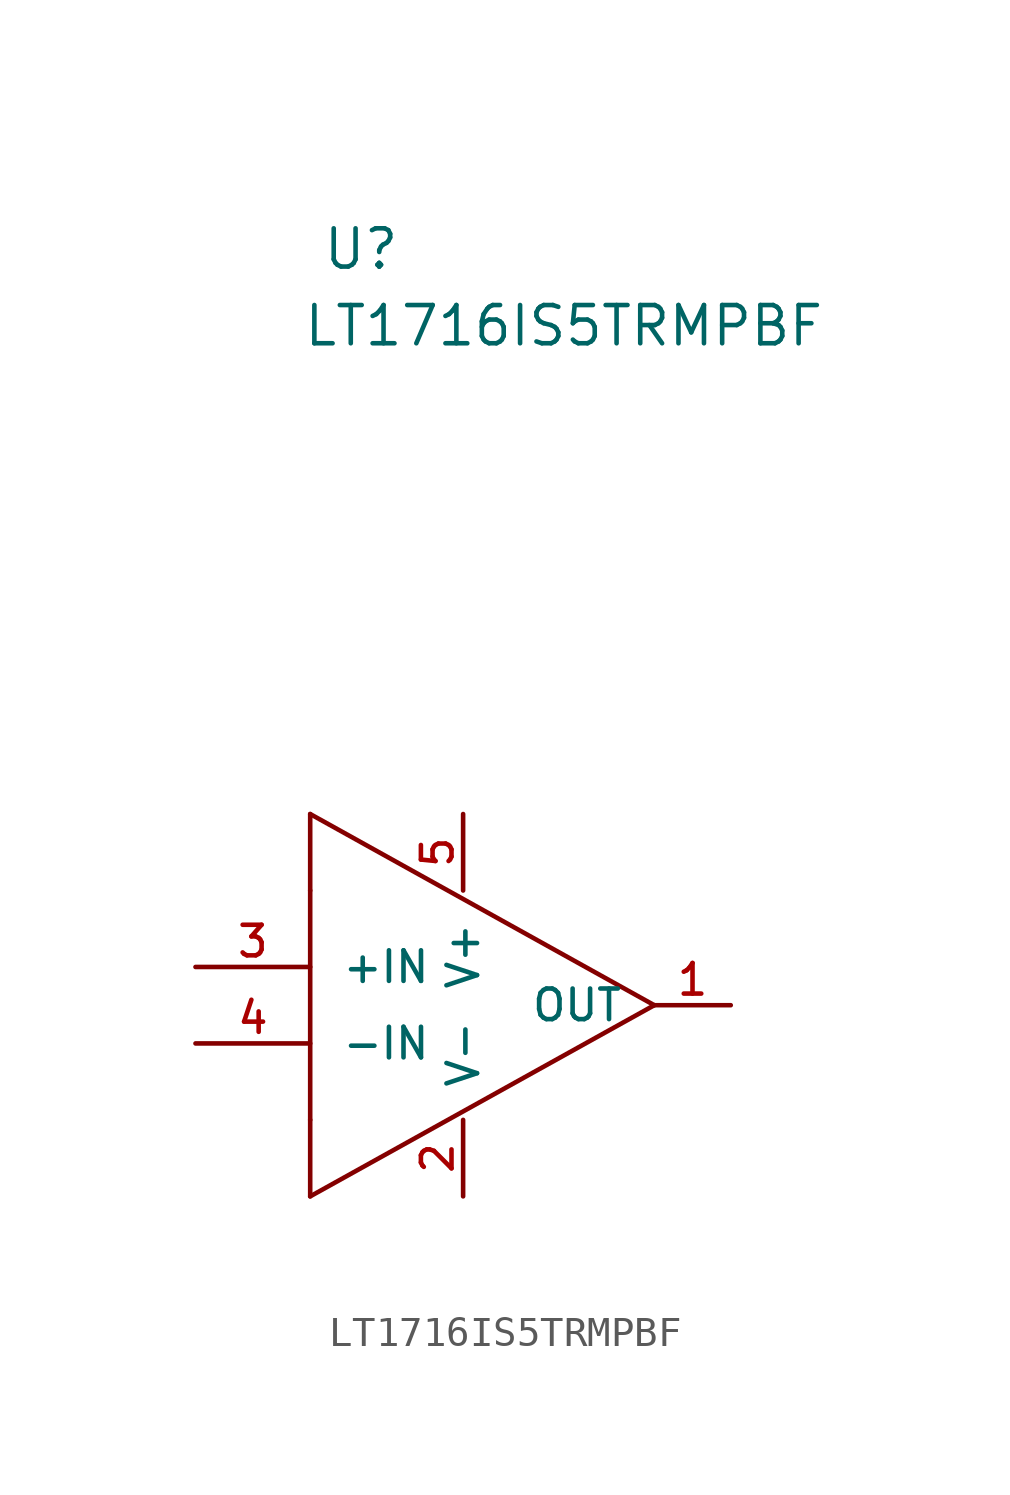
<source format=kicad_sym>
(kicad_symbol_lib
  (version 20241209)
  (generator "kicad_symbol_editor")
  (generator_version "9.0")
  (symbol "LT1716IS5TRMPBF"
    (pin_names
      (offset 1.016))
    (property "Reference" "U"
      (at 15.619 9.133 0)
      (effects (font (size 1.27 1.27)) (justify left bottom)))
    (property "Value" "LT1716IS5TRMPBF"
      (at 14.976 6.585 0)
      (effects (font (size 1.27 1.27)) (justify left bottom)))
    (symbol "LT1716IS5TRMPBF_0_1"
      (polyline (pts (xy 15.24 -8.89) (xy 26.67 -15.24)) (stroke (width 0) (type default)) (fill (type none)))
      (polyline (pts (xy 15.24 -11.43) (xy 15.24 -8.89)) (stroke (width 0) (type default)) (fill (type none)))
      (rectangle (start 15.24 -11.43) (end 15.24 -19.05) (stroke (width 0) (type default)) (fill (type none)))
      (polyline (pts (xy 15.24 -21.59) (xy 15.24 -19.05)) (stroke (width 0) (type default)) (fill (type none)))
      (polyline (pts (xy 26.67 -15.24) (xy 15.24 -21.59)) (stroke (width 0) (type default)) (fill (type none))))
    (symbol "LT1716IS5TRMPBF_1_0"
      (pin input line (at 11.43 -13.97 0) (length 3.81) (name "+IN" (effects (font (size 1.016 1.016)))) (number "3" (effects (font (size 1.016 1.016)))))
      (pin input line (at 11.43 -16.51 0) (length 3.81) (name "-IN" (effects (font (size 1.016 1.016)))) (number "4" (effects (font (size 1.016 1.016)))))
      (pin power_in line (at 20.32 -8.89 270) (length 2.54) (name "V+" (effects (font (size 1.016 1.016)))) (number "5" (effects (font (size 1.016 1.016)))))
      (pin power_in line (at 20.32 -21.59 90) (length 2.54) (name "V-" (effects (font (size 1.016 1.016)))) (number "2" (effects (font (size 1.016 1.016)))))
      (pin output line (at 29.21 -15.24 180) (length 2.54) (name "OUT" (effects (font (size 1.016 1.016)))) (number "1" (effects (font (size 1.016 1.016))))))))
</source>
